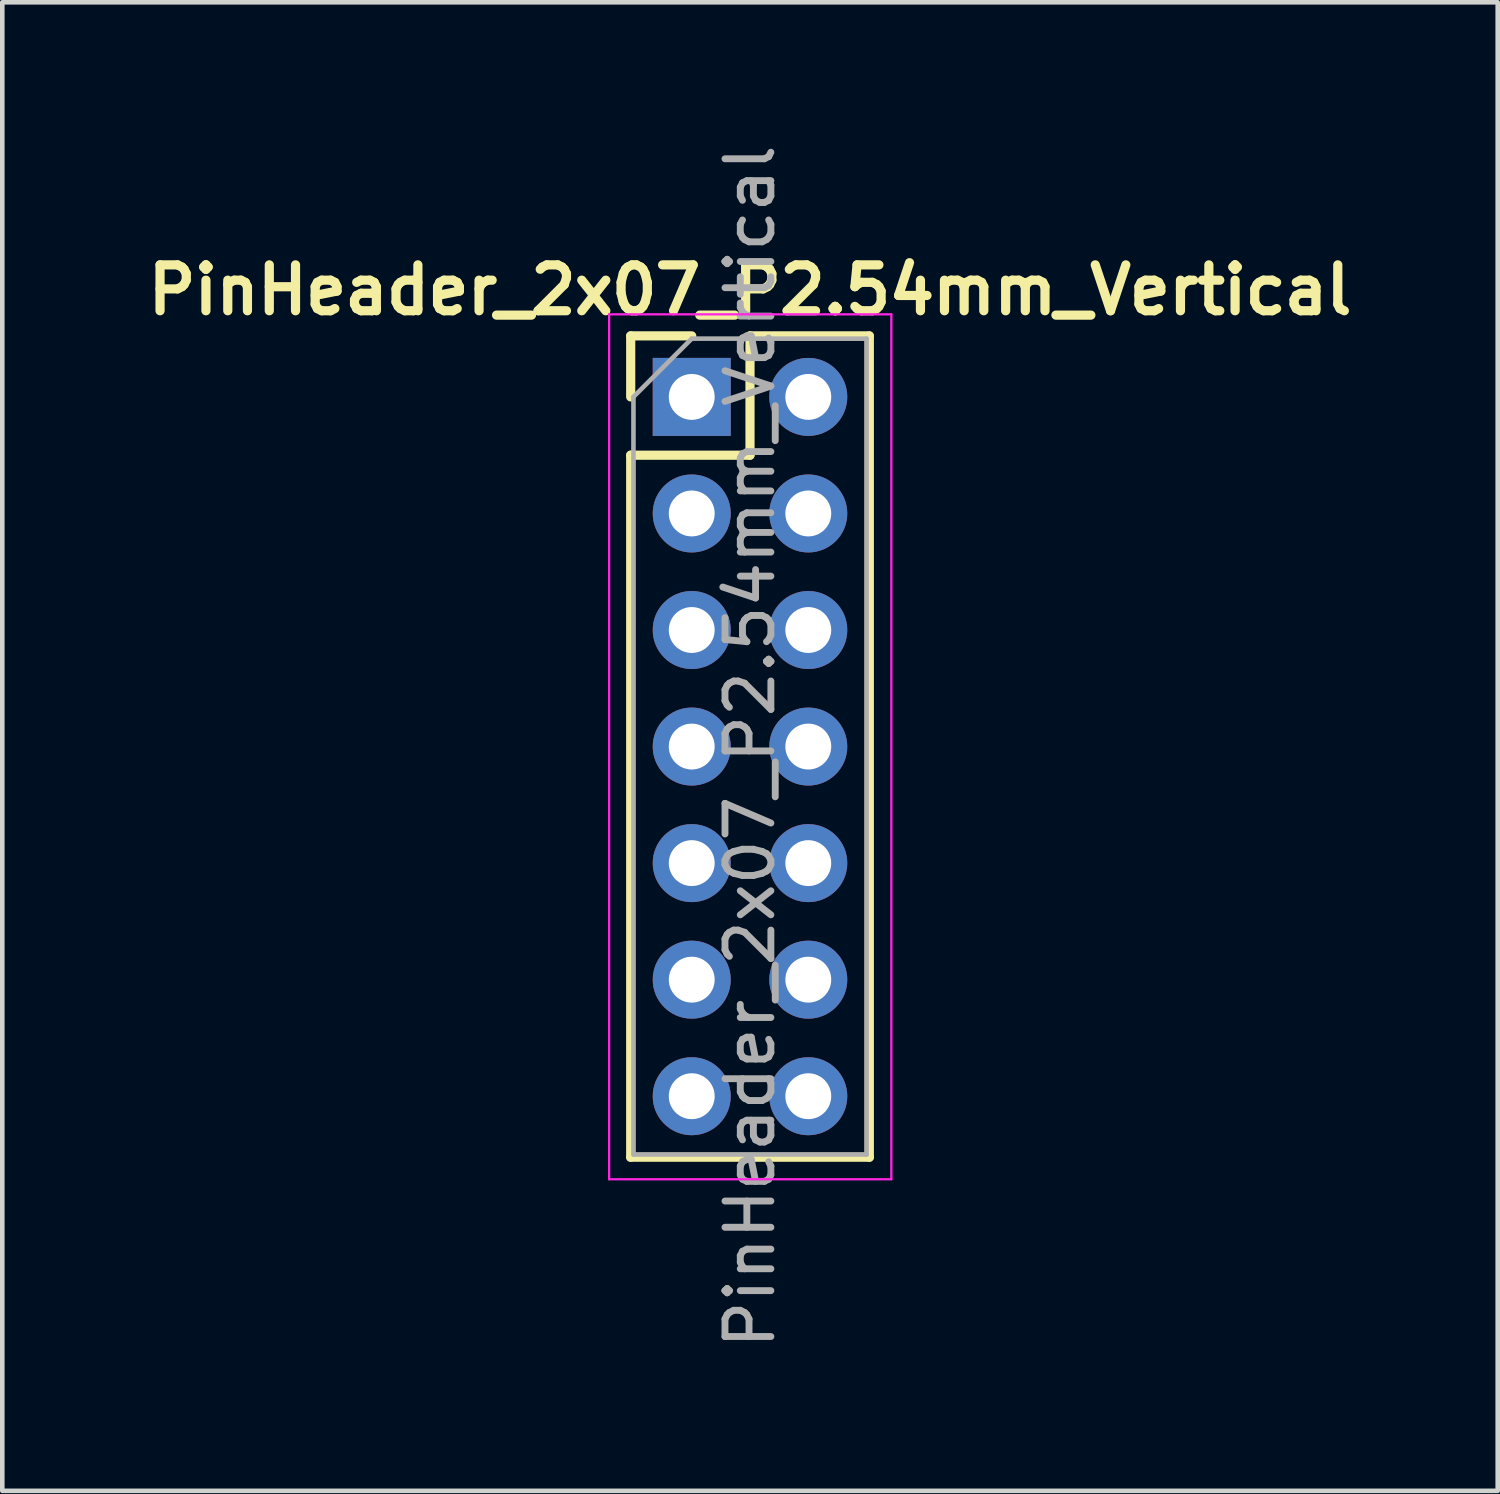
<source format=kicad_pcb>
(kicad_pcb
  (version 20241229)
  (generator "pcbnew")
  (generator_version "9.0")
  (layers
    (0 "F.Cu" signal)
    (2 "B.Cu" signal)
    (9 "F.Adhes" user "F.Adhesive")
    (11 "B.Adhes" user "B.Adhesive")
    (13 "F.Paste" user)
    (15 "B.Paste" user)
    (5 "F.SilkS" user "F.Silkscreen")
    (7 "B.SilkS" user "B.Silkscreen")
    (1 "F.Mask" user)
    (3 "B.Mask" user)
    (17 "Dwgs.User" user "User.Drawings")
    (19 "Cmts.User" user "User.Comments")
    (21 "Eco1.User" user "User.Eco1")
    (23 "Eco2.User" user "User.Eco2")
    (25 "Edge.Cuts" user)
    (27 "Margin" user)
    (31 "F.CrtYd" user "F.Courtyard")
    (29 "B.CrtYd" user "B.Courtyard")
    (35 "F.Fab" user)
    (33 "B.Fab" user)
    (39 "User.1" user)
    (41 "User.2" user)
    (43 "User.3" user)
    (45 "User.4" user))
  (footprint "PinHeader_2x07_P2.54mm_Vertical"
    (layer "F.Cu")
    (at 12.025 5.6)
    (property "Reference" "PinHeader_2x07_P2.54mm_Vertical" (at 1.27 -2.33 0) (layer "F.SilkS") (effects (font (size 1 1) (thickness 0.2))))
    (attr through_hole)
    (fp_line (start -1.33 -1.33) (end 0 -1.33) (stroke (width 0.2) (type solid)) (layer "F.SilkS"))
    (fp_line (start -1.33 0) (end -1.33 -1.33) (stroke (width 0.2) (type solid)) (layer "F.SilkS"))
    (fp_line (start -1.33 1.27) (end -1.33 16.57) (stroke (width 0.2) (type solid)) (layer "F.SilkS"))
    (fp_line (start -1.33 1.27) (end 1.27 1.27) (stroke (width 0.2) (type solid)) (layer "F.SilkS"))
    (fp_line (start -1.33 16.57) (end 3.87 16.57) (stroke (width 0.2) (type solid)) (layer "F.SilkS"))
    (fp_line (start 1.27 -1.33) (end 3.87 -1.33) (stroke (width 0.2) (type solid)) (layer "F.SilkS"))
    (fp_line (start 1.27 1.27) (end 1.27 -1.33) (stroke (width 0.2) (type solid)) (layer "F.SilkS"))
    (fp_line (start 3.87 -1.33) (end 3.87 16.57) (stroke (width 0.2) (type solid)) (layer "F.SilkS"))
    (fp_line (start -1.8 -1.8) (end -1.8 17.05) (stroke (width 0.05) (type solid)) (layer "F.CrtYd"))
    (fp_line (start -1.8 17.05) (end 4.35 17.05) (stroke (width 0.05) (type solid)) (layer "F.CrtYd"))
    (fp_line (start 4.35 -1.8) (end -1.8 -1.8) (stroke (width 0.05) (type solid)) (layer "F.CrtYd"))
    (fp_line (start 4.35 17.05) (end 4.35 -1.8) (stroke (width 0.05) (type solid)) (layer "F.CrtYd"))
    (fp_line (start -1.27 0) (end 0 -1.27) (stroke (width 0.1) (type solid)) (layer "F.Fab"))
    (fp_line (start -1.27 16.51) (end -1.27 0) (stroke (width 0.1) (type solid)) (layer "F.Fab"))
    (fp_line (start 0 -1.27) (end 3.81 -1.27) (stroke (width 0.1) (type solid)) (layer "F.Fab"))
    (fp_line (start 3.81 -1.27) (end 3.81 16.51) (stroke (width 0.1) (type solid)) (layer "F.Fab"))
    (fp_line (start 3.81 16.51) (end -1.27 16.51) (stroke (width 0.1) (type solid)) (layer "F.Fab"))
    (fp_text user "${REFERENCE}" (at 1.27 7.62 90) (layer "F.Fab") (effects (font (size 1 1) (thickness 0.15))))
    (pad "1" thru_hole rect (at 0 0) (size 1.7 1.7) (drill 1) (layers "*.Cu" "*.Mask"))
    (pad "2" thru_hole oval (at 2.54 0) (size 1.7 1.7) (drill 1) (layers "*.Cu" "*.Mask"))
    (pad "3" thru_hole oval (at 0 2.54) (size 1.7 1.7) (drill 1) (layers "*.Cu" "*.Mask"))
    (pad "4" thru_hole oval (at 2.54 2.54) (size 1.7 1.7) (drill 1) (layers "*.Cu" "*.Mask"))
    (pad "5" thru_hole oval (at 0 5.08) (size 1.7 1.7) (drill 1) (layers "*.Cu" "*.Mask"))
    (pad "6" thru_hole oval (at 2.54 5.08) (size 1.7 1.7) (drill 1) (layers "*.Cu" "*.Mask"))
    (pad "7" thru_hole oval (at 0 7.62) (size 1.7 1.7) (drill 1) (layers "*.Cu" "*.Mask"))
    (pad "8" thru_hole oval (at 2.54 7.62) (size 1.7 1.7) (drill 1) (layers "*.Cu" "*.Mask"))
    (pad "9" thru_hole oval (at 0 10.16) (size 1.7 1.7) (drill 1) (layers "*.Cu" "*.Mask"))
    (pad "10" thru_hole oval (at 2.54 10.16) (size 1.7 1.7) (drill 1) (layers "*.Cu" "*.Mask"))
    (pad "11" thru_hole oval (at 0 12.7) (size 1.7 1.7) (drill 1) (layers "*.Cu" "*.Mask"))
    (pad "12" thru_hole oval (at 2.54 12.7) (size 1.7 1.7) (drill 1) (layers "*.Cu" "*.Mask"))
    (pad "13" thru_hole oval (at 0 15.24) (size 1.7 1.7) (drill 1) (layers "*.Cu" "*.Mask"))
    (pad "14" thru_hole oval (at 2.54 15.24) (size 1.7 1.7) (drill 1) (layers "*.Cu" "*.Mask")))
  (gr_rect
    (start -3 -3)
    (end 29.59 29.44)
    (stroke (width 0.1) (type default))
    (fill no)
    (layer "Edge.Cuts")))
</source>
